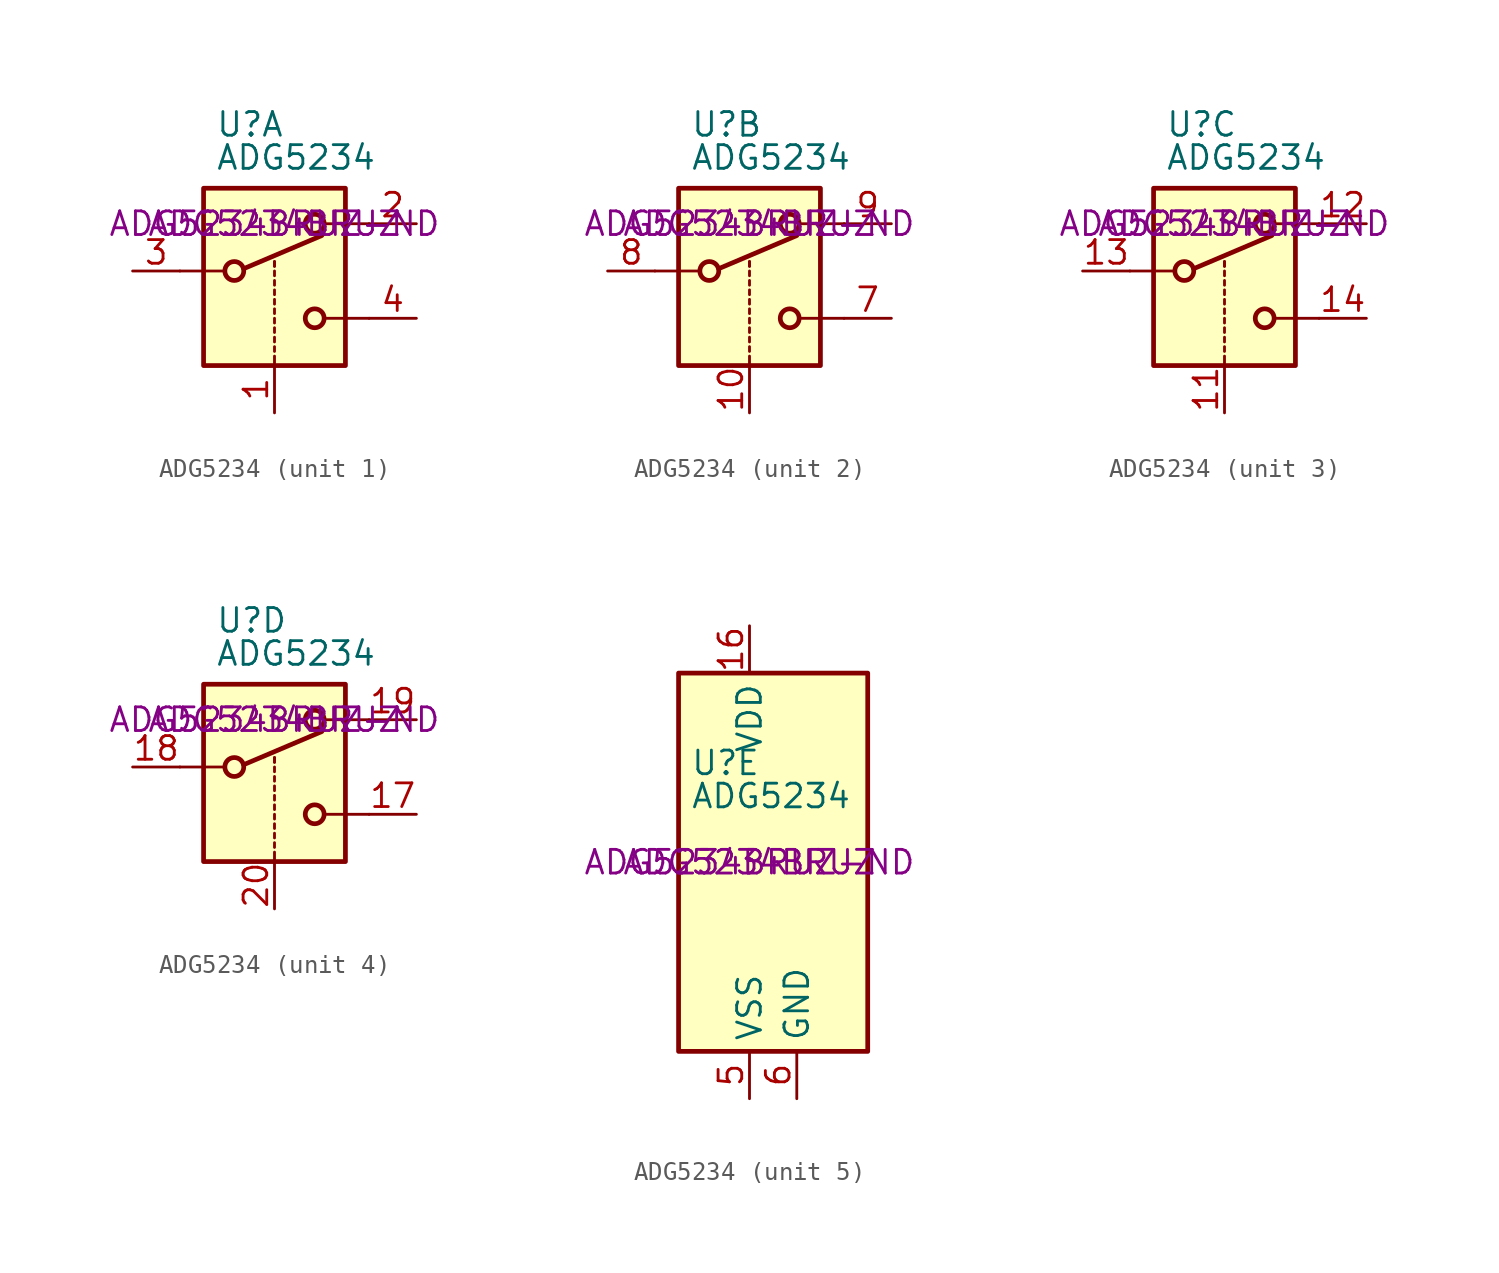
<source format=kicad_sym>
(kicad_symbol_lib
  (version 20220914)
  (generator kicad_symbol_editor)
  (symbol "ADG5234"
    (property "Reference" "U"
      (at -3.175 5.334 0)
      (effects (font (size 1.27 1.27)) (justify left)))
    (property "Value" "ADG5234"
      (at -3.175 3.556 0)
      (effects (font (size 1.27 1.27)) (justify left)))
    (property "Digikey" "ADG5234BRUZ-ND"
      (at 0 0 0)
      (effects (font (size 1.27 1.27))))
    (property "Manufacturer" "ADG5234BRUZ"
      (at 0 0 0)
      (effects (font (size 1.27 1.27))))
    (symbol "ADG5234_1_1"
      (rectangle (start -3.81 1.905) (end 3.81 -7.62) (stroke (width 0.254) (type default)) (fill (type background)))
      (circle (center -2.159 -2.54) (radius 0.508) (stroke (width 0.254) (type default)) (fill (type none)))
      (polyline (pts (xy -5.08 -2.54) (xy -2.794 -2.54)) (stroke (width 0) (type default)) (fill (type none)))
      (polyline (pts (xy -1.651 -2.413) (xy 2.54 -0.635)) (stroke (width 0.254) (type default)) (fill (type none)))
      (polyline (pts (xy 0 -7.62) (xy 0 -7.112)) (stroke (width 0) (type default)) (fill (type none)))
      (polyline (pts (xy 0 -6.858) (xy 0 -6.604)) (stroke (width 0) (type default)) (fill (type none)))
      (polyline (pts (xy 0 -6.35) (xy 0 -6.096)) (stroke (width 0) (type default)) (fill (type none)))
      (polyline (pts (xy 0 -5.842) (xy 0 -5.588)) (stroke (width 0) (type default)) (fill (type none)))
      (polyline (pts (xy 0 -5.334) (xy 0 -5.08)) (stroke (width 0) (type default)) (fill (type none)))
      (polyline (pts (xy 0 -4.826) (xy 0 -4.572)) (stroke (width 0) (type default)) (fill (type none)))
      (polyline (pts (xy 0 -4.318) (xy 0 -4.064)) (stroke (width 0) (type default)) (fill (type none)))
      (polyline (pts (xy 0 -3.81) (xy 0 -3.556)) (stroke (width 0) (type default)) (fill (type none)))
      (polyline (pts (xy 0 -3.302) (xy 0 -3.048)) (stroke (width 0) (type default)) (fill (type none)))
      (polyline (pts (xy 0 -2.794) (xy 0 -2.54)) (stroke (width 0) (type default)) (fill (type none)))
      (polyline (pts (xy 0 -2.286) (xy 0 -2.032)) (stroke (width 0) (type default)) (fill (type none)))
      (polyline (pts (xy 0 -2.286) (xy 0 -2.032)) (stroke (width 0) (type default)) (fill (type none)))
      (polyline (pts (xy 5.08 -5.08) (xy 2.794 -5.08)) (stroke (width 0) (type default)) (fill (type none)))
      (polyline (pts (xy 5.08 0) (xy 2.794 0)) (stroke (width 0) (type default)) (fill (type none)))
      (circle (center 2.159 -5.08) (radius 0.508) (stroke (width 0.254) (type default)) (fill (type none)))
      (circle (center 2.159 0) (radius 0.508) (stroke (width 0.254) (type default)) (fill (type none)))
      (pin input line (at 0 -10.16 90) (length 2.54) (name "~" (effects (font (size 1.27 1.27)))) (number "1" (effects (font (size 1.27 1.27)))))
      (pin passive line (at 7.62 0 180) (length 2.54) (name "~" (effects (font (size 1.27 1.27)))) (number "2" (effects (font (size 1.27 1.27)))))
      (pin passive line (at -7.62 -2.54 0) (length 2.54) (name "~" (effects (font (size 1.27 1.27)))) (number "3" (effects (font (size 1.27 1.27)))))
      (pin passive line (at 7.62 -5.08 180) (length 2.54) (name "~" (effects (font (size 1.27 1.27)))) (number "4" (effects (font (size 1.27 1.27))))))
    (symbol "ADG5234_2_1"
      (rectangle (start -3.81 1.905) (end 3.81 -7.62) (stroke (width 0.254) (type default)) (fill (type background)))
      (circle (center -2.159 -2.54) (radius 0.508) (stroke (width 0.254) (type default)) (fill (type none)))
      (polyline (pts (xy -5.08 -2.54) (xy -2.794 -2.54)) (stroke (width 0) (type default)) (fill (type none)))
      (polyline (pts (xy -1.651 -2.413) (xy 2.54 -0.635)) (stroke (width 0.254) (type default)) (fill (type none)))
      (polyline (pts (xy 0 -7.62) (xy 0 -7.112)) (stroke (width 0) (type default)) (fill (type none)))
      (polyline (pts (xy 0 -6.858) (xy 0 -6.604)) (stroke (width 0) (type default)) (fill (type none)))
      (polyline (pts (xy 0 -6.35) (xy 0 -6.096)) (stroke (width 0) (type default)) (fill (type none)))
      (polyline (pts (xy 0 -5.842) (xy 0 -5.588)) (stroke (width 0) (type default)) (fill (type none)))
      (polyline (pts (xy 0 -5.334) (xy 0 -5.08)) (stroke (width 0) (type default)) (fill (type none)))
      (polyline (pts (xy 0 -4.826) (xy 0 -4.572)) (stroke (width 0) (type default)) (fill (type none)))
      (polyline (pts (xy 0 -4.318) (xy 0 -4.064)) (stroke (width 0) (type default)) (fill (type none)))
      (polyline (pts (xy 0 -3.81) (xy 0 -3.556)) (stroke (width 0) (type default)) (fill (type none)))
      (polyline (pts (xy 0 -3.302) (xy 0 -3.048)) (stroke (width 0) (type default)) (fill (type none)))
      (polyline (pts (xy 0 -2.794) (xy 0 -2.54)) (stroke (width 0) (type default)) (fill (type none)))
      (polyline (pts (xy 0 -2.286) (xy 0 -2.032)) (stroke (width 0) (type default)) (fill (type none)))
      (polyline (pts (xy 0 -2.286) (xy 0 -2.032)) (stroke (width 0) (type default)) (fill (type none)))
      (polyline (pts (xy 5.08 -5.08) (xy 2.794 -5.08)) (stroke (width 0) (type default)) (fill (type none)))
      (polyline (pts (xy 5.08 0) (xy 2.794 0)) (stroke (width 0) (type default)) (fill (type none)))
      (circle (center 2.159 -5.08) (radius 0.508) (stroke (width 0.254) (type default)) (fill (type none)))
      (circle (center 2.159 0) (radius 0.508) (stroke (width 0.254) (type default)) (fill (type none)))
      (pin input line (at 0 -10.16 90) (length 2.54) (name "~" (effects (font (size 1.27 1.27)))) (number "10" (effects (font (size 1.27 1.27)))))
      (pin passive line (at 7.62 -5.08 180) (length 2.54) (name "~" (effects (font (size 1.27 1.27)))) (number "7" (effects (font (size 1.27 1.27)))))
      (pin passive line (at -7.62 -2.54 0) (length 2.54) (name "~" (effects (font (size 1.27 1.27)))) (number "8" (effects (font (size 1.27 1.27)))))
      (pin passive line (at 7.62 0 180) (length 2.54) (name "~" (effects (font (size 1.27 1.27)))) (number "9" (effects (font (size 1.27 1.27))))))
    (symbol "ADG5234_3_1"
      (rectangle (start -3.81 1.905) (end 3.81 -7.62) (stroke (width 0.254) (type default)) (fill (type background)))
      (circle (center -2.159 -2.54) (radius 0.508) (stroke (width 0.254) (type default)) (fill (type none)))
      (polyline (pts (xy -5.08 -2.54) (xy -2.794 -2.54)) (stroke (width 0) (type default)) (fill (type none)))
      (polyline (pts (xy -1.651 -2.413) (xy 2.54 -0.635)) (stroke (width 0.254) (type default)) (fill (type none)))
      (polyline (pts (xy 0 -7.62) (xy 0 -7.112)) (stroke (width 0) (type default)) (fill (type none)))
      (polyline (pts (xy 0 -6.858) (xy 0 -6.604)) (stroke (width 0) (type default)) (fill (type none)))
      (polyline (pts (xy 0 -6.35) (xy 0 -6.096)) (stroke (width 0) (type default)) (fill (type none)))
      (polyline (pts (xy 0 -5.842) (xy 0 -5.588)) (stroke (width 0) (type default)) (fill (type none)))
      (polyline (pts (xy 0 -5.334) (xy 0 -5.08)) (stroke (width 0) (type default)) (fill (type none)))
      (polyline (pts (xy 0 -4.826) (xy 0 -4.572)) (stroke (width 0) (type default)) (fill (type none)))
      (polyline (pts (xy 0 -4.318) (xy 0 -4.064)) (stroke (width 0) (type default)) (fill (type none)))
      (polyline (pts (xy 0 -3.81) (xy 0 -3.556)) (stroke (width 0) (type default)) (fill (type none)))
      (polyline (pts (xy 0 -3.302) (xy 0 -3.048)) (stroke (width 0) (type default)) (fill (type none)))
      (polyline (pts (xy 0 -2.794) (xy 0 -2.54)) (stroke (width 0) (type default)) (fill (type none)))
      (polyline (pts (xy 0 -2.286) (xy 0 -2.032)) (stroke (width 0) (type default)) (fill (type none)))
      (polyline (pts (xy 0 -2.286) (xy 0 -2.032)) (stroke (width 0) (type default)) (fill (type none)))
      (polyline (pts (xy 5.08 -5.08) (xy 2.794 -5.08)) (stroke (width 0) (type default)) (fill (type none)))
      (polyline (pts (xy 5.08 0) (xy 2.794 0)) (stroke (width 0) (type default)) (fill (type none)))
      (circle (center 2.159 -5.08) (radius 0.508) (stroke (width 0.254) (type default)) (fill (type none)))
      (circle (center 2.159 0) (radius 0.508) (stroke (width 0.254) (type default)) (fill (type none)))
      (pin input line (at 0 -10.16 90) (length 2.54) (name "~" (effects (font (size 1.27 1.27)))) (number "11" (effects (font (size 1.27 1.27)))))
      (pin passive line (at 7.62 0 180) (length 2.54) (name "~" (effects (font (size 1.27 1.27)))) (number "12" (effects (font (size 1.27 1.27)))))
      (pin passive line (at -7.62 -2.54 0) (length 2.54) (name "~" (effects (font (size 1.27 1.27)))) (number "13" (effects (font (size 1.27 1.27)))))
      (pin passive line (at 7.62 -5.08 180) (length 2.54) (name "~" (effects (font (size 1.27 1.27)))) (number "14" (effects (font (size 1.27 1.27))))))
    (symbol "ADG5234_4_1"
      (rectangle (start -3.81 1.905) (end 3.81 -7.62) (stroke (width 0.254) (type default)) (fill (type background)))
      (circle (center -2.159 -2.54) (radius 0.508) (stroke (width 0.254) (type default)) (fill (type none)))
      (polyline (pts (xy -5.08 -2.54) (xy -2.794 -2.54)) (stroke (width 0) (type default)) (fill (type none)))
      (polyline (pts (xy -1.651 -2.413) (xy 2.54 -0.635)) (stroke (width 0.254) (type default)) (fill (type none)))
      (polyline (pts (xy 0 -7.62) (xy 0 -7.112)) (stroke (width 0) (type default)) (fill (type none)))
      (polyline (pts (xy 0 -6.858) (xy 0 -6.604)) (stroke (width 0) (type default)) (fill (type none)))
      (polyline (pts (xy 0 -6.35) (xy 0 -6.096)) (stroke (width 0) (type default)) (fill (type none)))
      (polyline (pts (xy 0 -5.842) (xy 0 -5.588)) (stroke (width 0) (type default)) (fill (type none)))
      (polyline (pts (xy 0 -5.334) (xy 0 -5.08)) (stroke (width 0) (type default)) (fill (type none)))
      (polyline (pts (xy 0 -4.826) (xy 0 -4.572)) (stroke (width 0) (type default)) (fill (type none)))
      (polyline (pts (xy 0 -4.318) (xy 0 -4.064)) (stroke (width 0) (type default)) (fill (type none)))
      (polyline (pts (xy 0 -3.81) (xy 0 -3.556)) (stroke (width 0) (type default)) (fill (type none)))
      (polyline (pts (xy 0 -3.302) (xy 0 -3.048)) (stroke (width 0) (type default)) (fill (type none)))
      (polyline (pts (xy 0 -2.794) (xy 0 -2.54)) (stroke (width 0) (type default)) (fill (type none)))
      (polyline (pts (xy 0 -2.286) (xy 0 -2.032)) (stroke (width 0) (type default)) (fill (type none)))
      (polyline (pts (xy 0 -2.286) (xy 0 -2.032)) (stroke (width 0) (type default)) (fill (type none)))
      (polyline (pts (xy 5.08 -5.08) (xy 2.794 -5.08)) (stroke (width 0) (type default)) (fill (type none)))
      (polyline (pts (xy 5.08 0) (xy 2.794 0)) (stroke (width 0) (type default)) (fill (type none)))
      (circle (center 2.159 -5.08) (radius 0.508) (stroke (width 0.254) (type default)) (fill (type none)))
      (circle (center 2.159 0) (radius 0.508) (stroke (width 0.254) (type default)) (fill (type none)))
      (pin passive line (at 7.62 -5.08 180) (length 2.54) (name "~" (effects (font (size 1.27 1.27)))) (number "17" (effects (font (size 1.27 1.27)))))
      (pin passive line (at -7.62 -2.54 0) (length 2.54) (name "~" (effects (font (size 1.27 1.27)))) (number "18" (effects (font (size 1.27 1.27)))))
      (pin passive line (at 7.62 0 180) (length 2.54) (name "~" (effects (font (size 1.27 1.27)))) (number "19" (effects (font (size 1.27 1.27)))))
      (pin input line (at 0 -10.16 90) (length 2.54) (name "~" (effects (font (size 1.27 1.27)))) (number "20" (effects (font (size 1.27 1.27))))))
    (symbol "ADG5234_5_0"
      (pin no_connect line (at 2.54 10.16 270) (length 2.54) hide (name "NC" (effects (font (size 1.27 1.27)))) (number "15" (effects (font (size 1.27 1.27)))))
      (pin power_in line (at 0 12.7 270) (length 2.54) (name "VDD" (effects (font (size 1.27 1.27)))) (number "16" (effects (font (size 1.27 1.27)))))
      (pin power_in line (at 0 -12.7 90) (length 2.54) (name "VSS" (effects (font (size 1.27 1.27)))) (number "5" (effects (font (size 1.27 1.27)))))
      (pin power_in line (at 2.54 -12.7 90) (length 2.54) (name "GND" (effects (font (size 1.27 1.27)))) (number "6" (effects (font (size 1.27 1.27))))))
    (symbol "ADG5234_5_1"
      (rectangle (start -3.81 10.16) (end 6.35 -10.16) (stroke (width 0.254) (type default)) (fill (type background))))))
</source>
